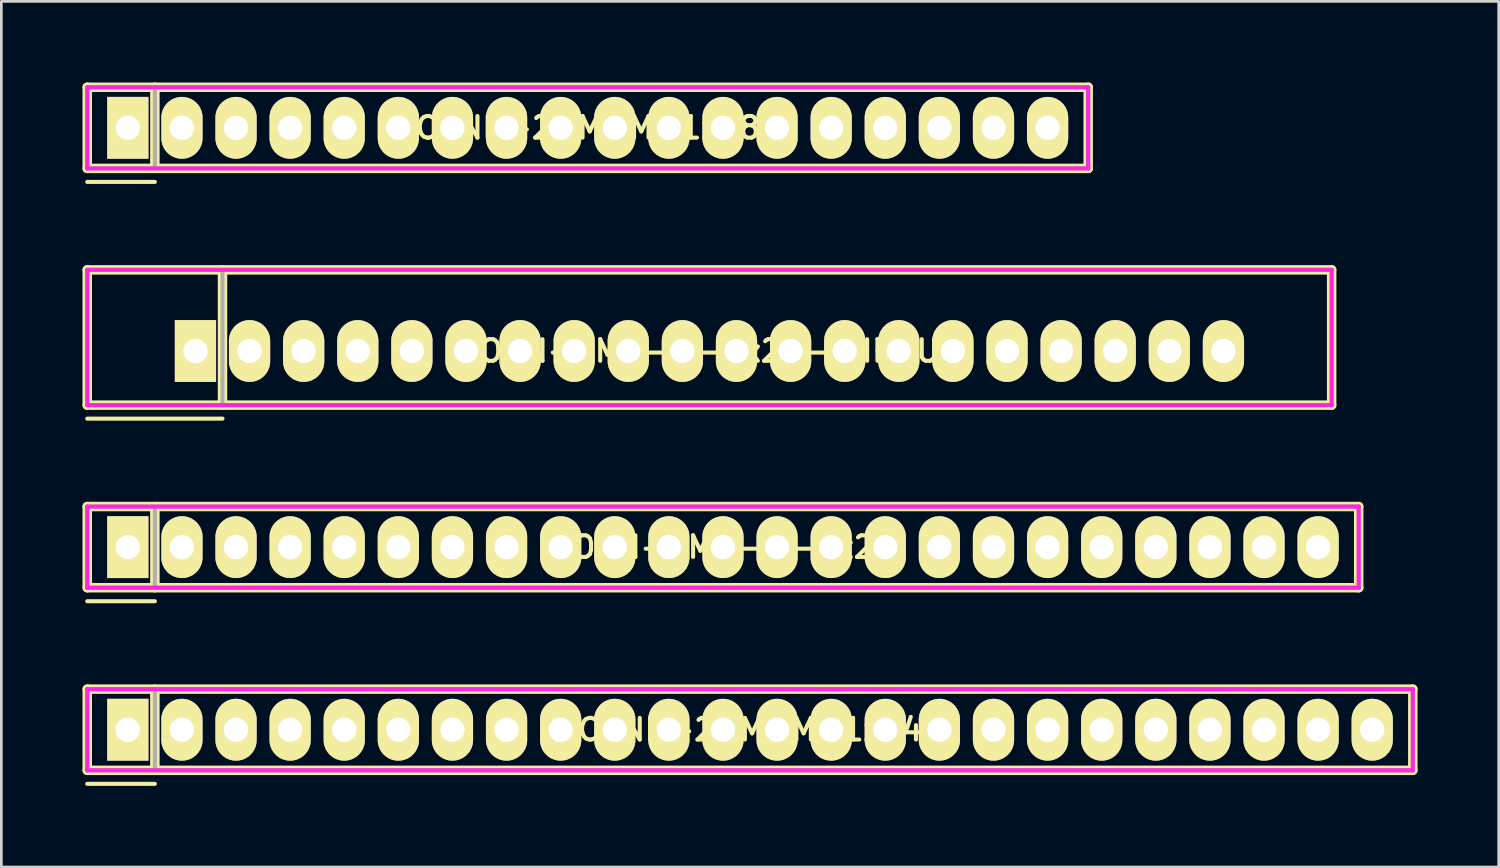
<source format=kicad_pcb>
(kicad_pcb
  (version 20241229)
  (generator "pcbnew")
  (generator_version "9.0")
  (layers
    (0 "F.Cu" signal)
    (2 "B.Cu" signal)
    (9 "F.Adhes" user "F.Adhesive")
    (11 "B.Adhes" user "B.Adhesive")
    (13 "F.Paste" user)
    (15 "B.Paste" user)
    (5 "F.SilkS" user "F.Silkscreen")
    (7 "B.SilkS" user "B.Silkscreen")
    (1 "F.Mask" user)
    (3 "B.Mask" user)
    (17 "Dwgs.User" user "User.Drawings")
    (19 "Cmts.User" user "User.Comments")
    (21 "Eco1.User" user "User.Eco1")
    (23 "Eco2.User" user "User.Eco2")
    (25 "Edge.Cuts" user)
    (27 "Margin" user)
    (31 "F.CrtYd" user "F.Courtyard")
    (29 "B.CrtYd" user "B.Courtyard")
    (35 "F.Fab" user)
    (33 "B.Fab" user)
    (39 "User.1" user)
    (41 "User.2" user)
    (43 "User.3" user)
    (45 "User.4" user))
  (footprint "CONN-2MM-M-1x18"
    (layer "F.Cu")
    (at 18.675 1.675)
    (property "Reference" "CONN-2MM-M-1x18" (at 0 0 0) (layer "F.SilkS") (effects (font (size 0.8 0.8) (thickness 0.15))))
    (attr through_hole)
    (fp_line (start -18.5 -1.5) (end 18.5 -1.5) (stroke (width 0.35) (type solid)) (layer "F.SilkS"))
    (fp_line (start -18.5 1.5) (end -18.5 -1.5) (stroke (width 0.35) (type solid)) (layer "F.SilkS"))
    (fp_line (start -18.5 2) (end -16 2) (stroke (width 0.15) (type solid)) (layer "F.SilkS"))
    (fp_line (start -16 -1.5) (end -16 1.5) (stroke (width 0.35) (type solid)) (layer "F.SilkS"))
    (fp_line (start 18.5 -1.5) (end 18.5 1.5) (stroke (width 0.35) (type solid)) (layer "F.SilkS"))
    (fp_line (start 18.5 1.5) (end -18.5 1.5) (stroke (width 0.35) (type solid)) (layer "F.SilkS"))
    (fp_line (start -18.5 -1.5) (end 18.5 -1.5) (stroke (width 0.15) (type solid)) (layer "F.CrtYd"))
    (fp_line (start -18.5 1.5) (end -18.5 -1.5) (stroke (width 0.15) (type solid)) (layer "F.CrtYd"))
    (fp_line (start 18.5 -1.5) (end 18.5 1.5) (stroke (width 0.15) (type solid)) (layer "F.CrtYd"))
    (fp_line (start 18.5 1.5) (end -18.5 1.5) (stroke (width 0.15) (type solid)) (layer "F.CrtYd"))
    (fp_line (start -18.5 -1.5) (end 18.5 -1.5) (stroke (width 0.15) (type solid)) (layer "F.Fab"))
    (fp_line (start -18.5 1.5) (end -18.5 -1.5) (stroke (width 0.15) (type solid)) (layer "F.Fab"))
    (fp_line (start -16 -1.5) (end -16 1.5) (stroke (width 0.15) (type solid)) (layer "F.Fab"))
    (fp_line (start 18.5 -1.5) (end 18.5 1.5) (stroke (width 0.15) (type solid)) (layer "F.Fab"))
    (fp_line (start 18.5 1.5) (end -18.5 1.5) (stroke (width 0.15) (type solid)) (layer "F.Fab"))
    (pad "1" thru_hole rect (at -17 0) (size 1.524 2.286) (drill 0.9) (layers "*.Cu" "*.Mask" "F.SilkS"))
    (pad "2" thru_hole oval (at -15 0) (size 1.524 2.286) (drill 0.9) (layers "*.Cu" "*.Mask" "F.SilkS"))
    (pad "3" thru_hole oval (at -13 0) (size 1.524 2.286) (drill 0.9) (layers "*.Cu" "*.Mask" "F.SilkS"))
    (pad "4" thru_hole oval (at -11 0) (size 1.524 2.286) (drill 0.9) (layers "*.Cu" "*.Mask" "F.SilkS"))
    (pad "5" thru_hole oval (at -9 0) (size 1.524 2.286) (drill 0.9) (layers "*.Cu" "*.Mask" "F.SilkS"))
    (pad "6" thru_hole oval (at -7 0) (size 1.524 2.286) (drill 0.9) (layers "*.Cu" "*.Mask" "F.SilkS"))
    (pad "7" thru_hole oval (at -5 0) (size 1.524 2.286) (drill 0.9) (layers "*.Cu" "*.Mask" "F.SilkS"))
    (pad "8" thru_hole oval (at -3 0) (size 1.524 2.286) (drill 0.9) (layers "*.Cu" "*.Mask" "F.SilkS"))
    (pad "9" thru_hole oval (at -1 0) (size 1.524 2.286) (drill 0.9) (layers "*.Cu" "*.Mask" "F.SilkS"))
    (pad "10" thru_hole oval (at 1 0) (size 1.524 2.286) (drill 0.9) (layers "*.Cu" "*.Mask" "F.SilkS"))
    (pad "11" thru_hole oval (at 3 0) (size 1.524 2.286) (drill 0.9) (layers "*.Cu" "*.Mask" "F.SilkS"))
    (pad "12" thru_hole oval (at 5 0) (size 1.524 2.286) (drill 0.9) (layers "*.Cu" "*.Mask" "F.SilkS"))
    (pad "13" thru_hole oval (at 7 0) (size 1.524 2.286) (drill 0.9) (layers "*.Cu" "*.Mask" "F.SilkS"))
    (pad "14" thru_hole oval (at 9 0) (size 1.524 2.286) (drill 0.9) (layers "*.Cu" "*.Mask" "F.SilkS"))
    (pad "15" thru_hole oval (at 11 0) (size 1.524 2.286) (drill 0.9) (layers "*.Cu" "*.Mask" "F.SilkS"))
    (pad "16" thru_hole oval (at 13 0) (size 1.524 2.286) (drill 0.9) (layers "*.Cu" "*.Mask" "F.SilkS"))
    (pad "17" thru_hole oval (at 15 0) (size 1.524 2.286) (drill 0.9) (layers "*.Cu" "*.Mask" "F.SilkS"))
    (pad "18" thru_hole oval (at 17 0) (size 1.524 2.286) (drill 0.9) (layers "*.Cu" "*.Mask" "F.SilkS")))
  (footprint "CONN-2MM-M-1x20-SHROUD"
    (layer "F.Cu")
    (at 23.175 9.925)
    (property "Reference" "CONN-2MM-M-1x20-SHROUD" (at 0 0 0) (layer "F.SilkS") (effects (font (size 0.8 0.8) (thickness 0.15))))
    (attr through_hole)
    (fp_line (start -23 -3) (end 23 -3) (stroke (width 0.35) (type solid)) (layer "F.SilkS"))
    (fp_line (start -23 2) (end -23 -3) (stroke (width 0.35) (type solid)) (layer "F.SilkS"))
    (fp_line (start -23 2.5) (end -18 2.5) (stroke (width 0.15) (type solid)) (layer "F.SilkS"))
    (fp_line (start -18 -3) (end -18 2) (stroke (width 0.35) (type solid)) (layer "F.SilkS"))
    (fp_line (start 23 -3) (end 23 2) (stroke (width 0.35) (type solid)) (layer "F.SilkS"))
    (fp_line (start 23 2) (end -23 2) (stroke (width 0.35) (type solid)) (layer "F.SilkS"))
    (fp_line (start -23 -3) (end 23 -3) (stroke (width 0.15) (type solid)) (layer "F.CrtYd"))
    (fp_line (start -23 2) (end -23 -3) (stroke (width 0.15) (type solid)) (layer "F.CrtYd"))
    (fp_line (start 23 -3) (end 23 2) (stroke (width 0.15) (type solid)) (layer "F.CrtYd"))
    (fp_line (start 23 2) (end -23 2) (stroke (width 0.15) (type solid)) (layer "F.CrtYd"))
    (fp_line (start -23 -3) (end 23 -3) (stroke (width 0.15) (type solid)) (layer "F.Fab"))
    (fp_line (start -23 2) (end -23 -3) (stroke (width 0.15) (type solid)) (layer "F.Fab"))
    (fp_line (start -18 -3) (end -18 2) (stroke (width 0.15) (type solid)) (layer "F.Fab"))
    (fp_line (start 23 -3) (end 23 2) (stroke (width 0.15) (type solid)) (layer "F.Fab"))
    (fp_line (start 23 2) (end -23 2) (stroke (width 0.15) (type solid)) (layer "F.Fab"))
    (pad "1" thru_hole rect (at -19 0) (size 1.524 2.286) (drill 0.9) (layers "*.Cu" "*.Mask" "F.SilkS"))
    (pad "2" thru_hole oval (at -17 0) (size 1.524 2.286) (drill 0.9) (layers "*.Cu" "*.Mask" "F.SilkS"))
    (pad "3" thru_hole oval (at -15 0) (size 1.524 2.286) (drill 0.9) (layers "*.Cu" "*.Mask" "F.SilkS"))
    (pad "4" thru_hole oval (at -13 0) (size 1.524 2.286) (drill 0.9) (layers "*.Cu" "*.Mask" "F.SilkS"))
    (pad "5" thru_hole oval (at -11 0) (size 1.524 2.286) (drill 0.9) (layers "*.Cu" "*.Mask" "F.SilkS"))
    (pad "6" thru_hole oval (at -9 0) (size 1.524 2.286) (drill 0.9) (layers "*.Cu" "*.Mask" "F.SilkS"))
    (pad "7" thru_hole oval (at -7 0) (size 1.524 2.286) (drill 0.9) (layers "*.Cu" "*.Mask" "F.SilkS"))
    (pad "8" thru_hole oval (at -5 0) (size 1.524 2.286) (drill 0.9) (layers "*.Cu" "*.Mask" "F.SilkS"))
    (pad "9" thru_hole oval (at -3 0) (size 1.524 2.286) (drill 0.9) (layers "*.Cu" "*.Mask" "F.SilkS"))
    (pad "10" thru_hole oval (at -1 0) (size 1.524 2.286) (drill 0.9) (layers "*.Cu" "*.Mask" "F.SilkS"))
    (pad "11" thru_hole oval (at 1 0) (size 1.524 2.286) (drill 0.9) (layers "*.Cu" "*.Mask" "F.SilkS"))
    (pad "12" thru_hole oval (at 3 0) (size 1.524 2.286) (drill 0.9) (layers "*.Cu" "*.Mask" "F.SilkS"))
    (pad "13" thru_hole oval (at 5 0) (size 1.524 2.286) (drill 0.9) (layers "*.Cu" "*.Mask" "F.SilkS"))
    (pad "14" thru_hole oval (at 7 0) (size 1.524 2.286) (drill 0.9) (layers "*.Cu" "*.Mask" "F.SilkS"))
    (pad "15" thru_hole oval (at 9 0) (size 1.524 2.286) (drill 0.9) (layers "*.Cu" "*.Mask" "F.SilkS"))
    (pad "16" thru_hole oval (at 11 0) (size 1.524 2.286) (drill 0.9) (layers "*.Cu" "*.Mask" "F.SilkS"))
    (pad "17" thru_hole oval (at 13 0) (size 1.524 2.286) (drill 0.9) (layers "*.Cu" "*.Mask" "F.SilkS"))
    (pad "18" thru_hole oval (at 15 0) (size 1.524 2.286) (drill 0.9) (layers "*.Cu" "*.Mask" "F.SilkS"))
    (pad "19" thru_hole oval (at 17 0) (size 1.524 2.286) (drill 0.9) (layers "*.Cu" "*.Mask" "F.SilkS"))
    (pad "20" thru_hole oval (at 19 0) (size 1.524 2.286) (drill 0.9) (layers "*.Cu" "*.Mask" "F.SilkS")))
  (footprint "CONN-2MM-M-1x23"
    (layer "F.Cu")
    (at 23.675 17.175)
    (property "Reference" "CONN-2MM-M-1x23" (at 0 0 0) (layer "F.SilkS") (effects (font (size 0.8 0.8) (thickness 0.15))))
    (attr through_hole)
    (fp_line (start -23.5 -1.5) (end 23.5 -1.5) (stroke (width 0.35) (type solid)) (layer "F.SilkS"))
    (fp_line (start -23.5 1.5) (end -23.5 -1.5) (stroke (width 0.35) (type solid)) (layer "F.SilkS"))
    (fp_line (start -23.5 2) (end -21 2) (stroke (width 0.15) (type solid)) (layer "F.SilkS"))
    (fp_line (start -21 -1.5) (end -21 1.5) (stroke (width 0.35) (type solid)) (layer "F.SilkS"))
    (fp_line (start 23.5 -1.5) (end 23.5 1.5) (stroke (width 0.35) (type solid)) (layer "F.SilkS"))
    (fp_line (start 23.5 1.5) (end -23.5 1.5) (stroke (width 0.35) (type solid)) (layer "F.SilkS"))
    (fp_line (start -23.5 -1.5) (end 23.5 -1.5) (stroke (width 0.15) (type solid)) (layer "F.CrtYd"))
    (fp_line (start -23.5 1.5) (end -23.5 -1.5) (stroke (width 0.15) (type solid)) (layer "F.CrtYd"))
    (fp_line (start 23.5 -1.5) (end 23.5 1.5) (stroke (width 0.15) (type solid)) (layer "F.CrtYd"))
    (fp_line (start 23.5 1.5) (end -23.5 1.5) (stroke (width 0.15) (type solid)) (layer "F.CrtYd"))
    (fp_line (start -23.5 -1.5) (end 23.5 -1.5) (stroke (width 0.15) (type solid)) (layer "F.Fab"))
    (fp_line (start -23.5 1.5) (end -23.5 -1.5) (stroke (width 0.15) (type solid)) (layer "F.Fab"))
    (fp_line (start -21 -1.5) (end -21 1.5) (stroke (width 0.15) (type solid)) (layer "F.Fab"))
    (fp_line (start 23.5 -1.5) (end 23.5 1.5) (stroke (width 0.15) (type solid)) (layer "F.Fab"))
    (fp_line (start 23.5 1.5) (end -23.5 1.5) (stroke (width 0.15) (type solid)) (layer "F.Fab"))
    (pad "1" thru_hole rect (at -22 0) (size 1.524 2.286) (drill 0.9) (layers "*.Cu" "*.Mask" "F.SilkS"))
    (pad "2" thru_hole oval (at -20 0) (size 1.524 2.286) (drill 0.9) (layers "*.Cu" "*.Mask" "F.SilkS"))
    (pad "3" thru_hole oval (at -18 0) (size 1.524 2.286) (drill 0.9) (layers "*.Cu" "*.Mask" "F.SilkS"))
    (pad "4" thru_hole oval (at -16 0) (size 1.524 2.286) (drill 0.9) (layers "*.Cu" "*.Mask" "F.SilkS"))
    (pad "5" thru_hole oval (at -14 0) (size 1.524 2.286) (drill 0.9) (layers "*.Cu" "*.Mask" "F.SilkS"))
    (pad "6" thru_hole oval (at -12 0) (size 1.524 2.286) (drill 0.9) (layers "*.Cu" "*.Mask" "F.SilkS"))
    (pad "7" thru_hole oval (at -10 0) (size 1.524 2.286) (drill 0.9) (layers "*.Cu" "*.Mask" "F.SilkS"))
    (pad "8" thru_hole oval (at -8 0) (size 1.524 2.286) (drill 0.9) (layers "*.Cu" "*.Mask" "F.SilkS"))
    (pad "9" thru_hole oval (at -6 0) (size 1.524 2.286) (drill 0.9) (layers "*.Cu" "*.Mask" "F.SilkS"))
    (pad "10" thru_hole oval (at -4 0) (size 1.524 2.286) (drill 0.9) (layers "*.Cu" "*.Mask" "F.SilkS"))
    (pad "11" thru_hole oval (at -2 0) (size 1.524 2.286) (drill 0.9) (layers "*.Cu" "*.Mask" "F.SilkS"))
    (pad "12" thru_hole oval (at 0 0) (size 1.524 2.286) (drill 0.9) (layers "*.Cu" "*.Mask" "F.SilkS"))
    (pad "13" thru_hole oval (at 2 0) (size 1.524 2.286) (drill 0.9) (layers "*.Cu" "*.Mask" "F.SilkS"))
    (pad "14" thru_hole oval (at 4 0) (size 1.524 2.286) (drill 0.9) (layers "*.Cu" "*.Mask" "F.SilkS"))
    (pad "15" thru_hole oval (at 6 0) (size 1.524 2.286) (drill 0.9) (layers "*.Cu" "*.Mask" "F.SilkS"))
    (pad "16" thru_hole oval (at 8 0) (size 1.524 2.286) (drill 0.9) (layers "*.Cu" "*.Mask" "F.SilkS"))
    (pad "17" thru_hole oval (at 10 0) (size 1.524 2.286) (drill 0.9) (layers "*.Cu" "*.Mask" "F.SilkS"))
    (pad "18" thru_hole oval (at 12 0) (size 1.524 2.286) (drill 0.9) (layers "*.Cu" "*.Mask" "F.SilkS"))
    (pad "19" thru_hole oval (at 14 0) (size 1.524 2.286) (drill 0.9) (layers "*.Cu" "*.Mask" "F.SilkS"))
    (pad "20" thru_hole oval (at 16 0) (size 1.524 2.286) (drill 0.9) (layers "*.Cu" "*.Mask" "F.SilkS"))
    (pad "21" thru_hole oval (at 18 0) (size 1.524 2.286) (drill 0.9) (layers "*.Cu" "*.Mask" "F.SilkS"))
    (pad "22" thru_hole oval (at 20 0) (size 1.524 2.286) (drill 0.9) (layers "*.Cu" "*.Mask" "F.SilkS"))
    (pad "23" thru_hole oval (at 22 0) (size 1.524 2.286) (drill 0.9) (layers "*.Cu" "*.Mask" "F.SilkS")))
  (footprint "CONN-2MM-M-1x24"
    (layer "F.Cu")
    (at 24.675 23.925)
    (property "Reference" "CONN-2MM-M-1x24" (at 0 0 0) (layer "F.SilkS") (effects (font (size 0.8 0.8) (thickness 0.15))))
    (attr through_hole)
    (fp_line (start -24.5 -1.5) (end 24.5 -1.5) (stroke (width 0.35) (type solid)) (layer "F.SilkS"))
    (fp_line (start -24.5 1.5) (end -24.5 -1.5) (stroke (width 0.35) (type solid)) (layer "F.SilkS"))
    (fp_line (start -24.5 2) (end -22 2) (stroke (width 0.15) (type solid)) (layer "F.SilkS"))
    (fp_line (start -22 -1.5) (end -22 1.5) (stroke (width 0.35) (type solid)) (layer "F.SilkS"))
    (fp_line (start 24.5 -1.5) (end 24.5 1.5) (stroke (width 0.35) (type solid)) (layer "F.SilkS"))
    (fp_line (start 24.5 1.5) (end -24.5 1.5) (stroke (width 0.35) (type solid)) (layer "F.SilkS"))
    (fp_line (start -24.5 -1.5) (end 24.5 -1.5) (stroke (width 0.15) (type solid)) (layer "F.CrtYd"))
    (fp_line (start -24.5 1.5) (end -24.5 -1.5) (stroke (width 0.15) (type solid)) (layer "F.CrtYd"))
    (fp_line (start 24.5 -1.5) (end 24.5 1.5) (stroke (width 0.15) (type solid)) (layer "F.CrtYd"))
    (fp_line (start 24.5 1.5) (end -24.5 1.5) (stroke (width 0.15) (type solid)) (layer "F.CrtYd"))
    (fp_line (start -24.5 -1.5) (end 24.5 -1.5) (stroke (width 0.15) (type solid)) (layer "F.Fab"))
    (fp_line (start -24.5 1.5) (end -24.5 -1.5) (stroke (width 0.15) (type solid)) (layer "F.Fab"))
    (fp_line (start -22 -1.5) (end -22 1.5) (stroke (width 0.15) (type solid)) (layer "F.Fab"))
    (fp_line (start 24.5 -1.5) (end 24.5 1.5) (stroke (width 0.15) (type solid)) (layer "F.Fab"))
    (fp_line (start 24.5 1.5) (end -24.5 1.5) (stroke (width 0.15) (type solid)) (layer "F.Fab"))
    (pad "1" thru_hole rect (at -23 0) (size 1.524 2.286) (drill 0.9) (layers "*.Cu" "*.Mask" "F.SilkS"))
    (pad "2" thru_hole oval (at -21 0) (size 1.524 2.286) (drill 0.9) (layers "*.Cu" "*.Mask" "F.SilkS"))
    (pad "3" thru_hole oval (at -19 0) (size 1.524 2.286) (drill 0.9) (layers "*.Cu" "*.Mask" "F.SilkS"))
    (pad "4" thru_hole oval (at -17 0) (size 1.524 2.286) (drill 0.9) (layers "*.Cu" "*.Mask" "F.SilkS"))
    (pad "5" thru_hole oval (at -15 0) (size 1.524 2.286) (drill 0.9) (layers "*.Cu" "*.Mask" "F.SilkS"))
    (pad "6" thru_hole oval (at -13 0) (size 1.524 2.286) (drill 0.9) (layers "*.Cu" "*.Mask" "F.SilkS"))
    (pad "7" thru_hole oval (at -11 0) (size 1.524 2.286) (drill 0.9) (layers "*.Cu" "*.Mask" "F.SilkS"))
    (pad "8" thru_hole oval (at -9 0) (size 1.524 2.286) (drill 0.9) (layers "*.Cu" "*.Mask" "F.SilkS"))
    (pad "9" thru_hole oval (at -7 0) (size 1.524 2.286) (drill 0.9) (layers "*.Cu" "*.Mask" "F.SilkS"))
    (pad "10" thru_hole oval (at -5 0) (size 1.524 2.286) (drill 0.9) (layers "*.Cu" "*.Mask" "F.SilkS"))
    (pad "11" thru_hole oval (at -3 0) (size 1.524 2.286) (drill 0.9) (layers "*.Cu" "*.Mask" "F.SilkS"))
    (pad "12" thru_hole oval (at -1 0) (size 1.524 2.286) (drill 0.9) (layers "*.Cu" "*.Mask" "F.SilkS"))
    (pad "13" thru_hole oval (at 1 0) (size 1.524 2.286) (drill 0.9) (layers "*.Cu" "*.Mask" "F.SilkS"))
    (pad "14" thru_hole oval (at 3 0) (size 1.524 2.286) (drill 0.9) (layers "*.Cu" "*.Mask" "F.SilkS"))
    (pad "15" thru_hole oval (at 5 0) (size 1.524 2.286) (drill 0.9) (layers "*.Cu" "*.Mask" "F.SilkS"))
    (pad "16" thru_hole oval (at 7 0) (size 1.524 2.286) (drill 0.9) (layers "*.Cu" "*.Mask" "F.SilkS"))
    (pad "17" thru_hole oval (at 9 0) (size 1.524 2.286) (drill 0.9) (layers "*.Cu" "*.Mask" "F.SilkS"))
    (pad "18" thru_hole oval (at 11 0) (size 1.524 2.286) (drill 0.9) (layers "*.Cu" "*.Mask" "F.SilkS"))
    (pad "19" thru_hole oval (at 13 0) (size 1.524 2.286) (drill 0.9) (layers "*.Cu" "*.Mask" "F.SilkS"))
    (pad "20" thru_hole oval (at 15 0) (size 1.524 2.286) (drill 0.9) (layers "*.Cu" "*.Mask" "F.SilkS"))
    (pad "21" thru_hole oval (at 17 0) (size 1.524 2.286) (drill 0.9) (layers "*.Cu" "*.Mask" "F.SilkS"))
    (pad "22" thru_hole oval (at 19 0) (size 1.524 2.286) (drill 0.9) (layers "*.Cu" "*.Mask" "F.SilkS"))
    (pad "23" thru_hole oval (at 21 0) (size 1.524 2.286) (drill 0.9) (layers "*.Cu" "*.Mask" "F.SilkS"))
    (pad "24" thru_hole oval (at 23 0) (size 1.524 2.286) (drill 0.9) (layers "*.Cu" "*.Mask" "F.SilkS")))
  (gr_rect
    (start -3 -3)
    (end 52.35 29)
    (stroke (width 0.1) (type default))
    (fill no)
    (layer "Edge.Cuts")))
</source>
